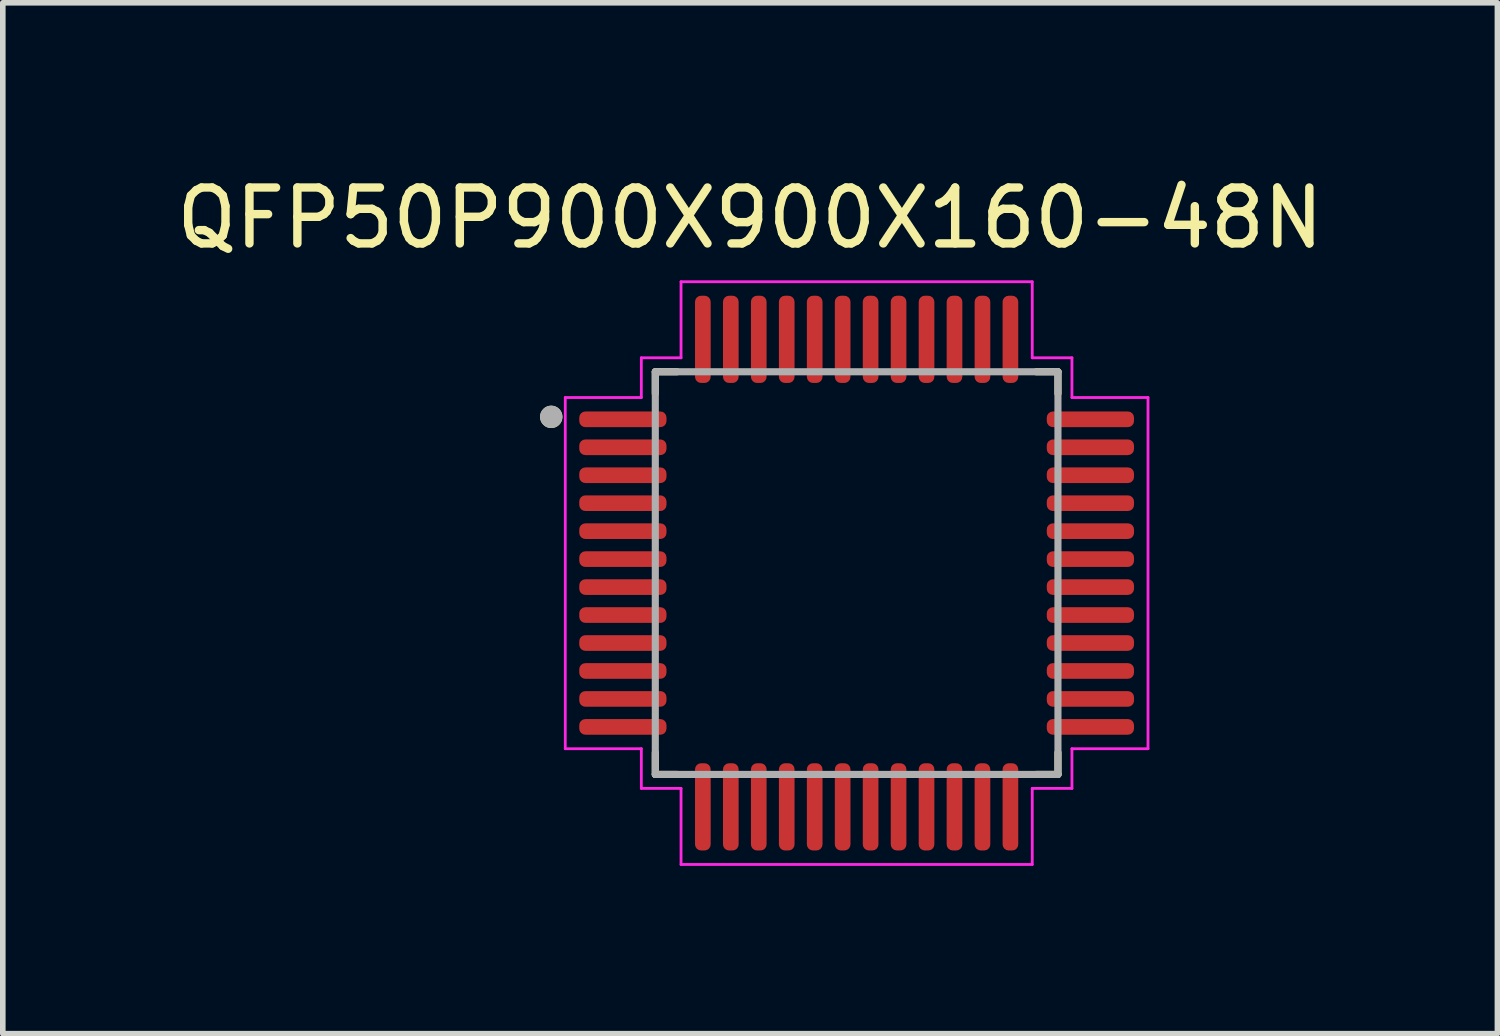
<source format=kicad_pcb>
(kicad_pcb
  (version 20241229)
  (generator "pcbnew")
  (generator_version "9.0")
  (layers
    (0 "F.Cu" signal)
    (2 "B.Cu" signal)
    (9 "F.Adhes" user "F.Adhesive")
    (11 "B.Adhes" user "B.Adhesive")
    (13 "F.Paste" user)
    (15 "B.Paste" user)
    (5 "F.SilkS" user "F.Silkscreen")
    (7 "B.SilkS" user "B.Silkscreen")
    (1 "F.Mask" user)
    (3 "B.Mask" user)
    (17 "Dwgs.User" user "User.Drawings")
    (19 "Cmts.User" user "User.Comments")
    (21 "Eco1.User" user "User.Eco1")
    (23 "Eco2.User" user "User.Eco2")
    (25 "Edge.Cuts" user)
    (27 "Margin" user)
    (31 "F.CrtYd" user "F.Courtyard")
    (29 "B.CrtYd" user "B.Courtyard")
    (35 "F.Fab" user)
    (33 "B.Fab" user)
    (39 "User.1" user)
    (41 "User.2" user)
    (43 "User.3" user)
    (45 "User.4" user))
  (footprint "QFP50P900X900X160-48N"
    (layer "F.Cu")
    (at 12.268 7.198)
    (property "Reference" "QFP50P900X900X160-48N" (at -1.905 -6.35 0) (layer "F.SilkS") (effects (font (size 1 1) (thickness 0.15))))
    (attr through_hole)
    (fp_line (start -3.6 -3.6) (end -3.6 -3.21) (stroke (width 0.127) (type solid)) (layer "F.SilkS"))
    (fp_line (start -3.6 -3.6) (end -3.21 -3.6) (stroke (width 0.127) (type solid)) (layer "F.SilkS"))
    (fp_line (start -3.6 3.6) (end -3.6 3.21) (stroke (width 0.127) (type solid)) (layer "F.SilkS"))
    (fp_line (start -3.6 3.6) (end -3.21 3.6) (stroke (width 0.127) (type solid)) (layer "F.SilkS"))
    (fp_line (start 3.21 -3.6) (end 3.6 -3.6) (stroke (width 0.127) (type solid)) (layer "F.SilkS"))
    (fp_line (start 3.6 -3.6) (end 3.6 -3.21) (stroke (width 0.127) (type solid)) (layer "F.SilkS"))
    (fp_line (start 3.6 3.6) (end 3.21 3.6) (stroke (width 0.127) (type solid)) (layer "F.SilkS"))
    (fp_line (start 3.6 3.6) (end 3.6 3.21) (stroke (width 0.127) (type solid)) (layer "F.SilkS"))
    (fp_circle (center -5.461 -2.794) (end -5.361 -2.794) (stroke (width 0.2) (type solid)) (fill no) (layer "F.SilkS"))
    (fp_line (start -5.21 -3.14) (end -3.85 -3.14) (stroke (width 0.05) (type solid)) (layer "F.CrtYd"))
    (fp_line (start -5.21 3.14) (end -5.21 -3.14) (stroke (width 0.05) (type solid)) (layer "F.CrtYd"))
    (fp_line (start -3.85 -3.85) (end -3.14 -3.85) (stroke (width 0.05) (type solid)) (layer "F.CrtYd"))
    (fp_line (start -3.85 -3.14) (end -3.85 -3.85) (stroke (width 0.05) (type solid)) (layer "F.CrtYd"))
    (fp_line (start -3.85 3.14) (end -5.21 3.14) (stroke (width 0.05) (type solid)) (layer "F.CrtYd"))
    (fp_line (start -3.85 3.85) (end -3.85 3.14) (stroke (width 0.05) (type solid)) (layer "F.CrtYd"))
    (fp_line (start -3.14 -5.21) (end 3.14 -5.21) (stroke (width 0.05) (type solid)) (layer "F.CrtYd"))
    (fp_line (start -3.14 -3.85) (end -3.14 -5.21) (stroke (width 0.05) (type solid)) (layer "F.CrtYd"))
    (fp_line (start -3.14 3.85) (end -3.85 3.85) (stroke (width 0.05) (type solid)) (layer "F.CrtYd"))
    (fp_line (start -3.14 5.21) (end -3.14 3.85) (stroke (width 0.05) (type solid)) (layer "F.CrtYd"))
    (fp_line (start 3.14 -5.21) (end 3.14 -3.85) (stroke (width 0.05) (type solid)) (layer "F.CrtYd"))
    (fp_line (start 3.14 -3.85) (end 3.85 -3.85) (stroke (width 0.05) (type solid)) (layer "F.CrtYd"))
    (fp_line (start 3.14 3.85) (end 3.14 5.21) (stroke (width 0.05) (type solid)) (layer "F.CrtYd"))
    (fp_line (start 3.14 5.21) (end -3.14 5.21) (stroke (width 0.05) (type solid)) (layer "F.CrtYd"))
    (fp_line (start 3.85 -3.85) (end 3.85 -3.14) (stroke (width 0.05) (type solid)) (layer "F.CrtYd"))
    (fp_line (start 3.85 -3.14) (end 5.21 -3.14) (stroke (width 0.05) (type solid)) (layer "F.CrtYd"))
    (fp_line (start 3.85 3.14) (end 3.85 3.85) (stroke (width 0.05) (type solid)) (layer "F.CrtYd"))
    (fp_line (start 3.85 3.85) (end 3.14 3.85) (stroke (width 0.05) (type solid)) (layer "F.CrtYd"))
    (fp_line (start 5.21 -3.14) (end 5.21 3.14) (stroke (width 0.05) (type solid)) (layer "F.CrtYd"))
    (fp_line (start 5.21 3.14) (end 3.85 3.14) (stroke (width 0.05) (type solid)) (layer "F.CrtYd"))
    (fp_line (start -3.6 -3.6) (end -3.6 3.6) (stroke (width 0.127) (type solid)) (layer "F.Fab"))
    (fp_line (start -3.6 3.6) (end 3.6 3.6) (stroke (width 0.127) (type solid)) (layer "F.Fab"))
    (fp_line (start 3.6 -3.6) (end -3.6 -3.6) (stroke (width 0.127) (type solid)) (layer "F.Fab"))
    (fp_line (start 3.6 3.6) (end 3.6 -3.6) (stroke (width 0.127) (type solid)) (layer "F.Fab"))
    (fp_circle (center -5.461 -2.794) (end -5.361 -2.794) (stroke (width 0.2) (type solid)) (fill no) (layer "F.Fab"))
    (pad "1" smd roundrect (at -4.18 -2.75 270) (size 0.28 1.56) (layers "F.Cu" "F.Mask" "F.Paste") (roundrect_rratio 0.39))
    (pad "2" smd roundrect (at -4.18 -2.25 270) (size 0.28 1.56) (layers "F.Cu" "F.Mask" "F.Paste") (roundrect_rratio 0.39))
    (pad "3" smd roundrect (at -4.18 -1.75 270) (size 0.28 1.56) (layers "F.Cu" "F.Mask" "F.Paste") (roundrect_rratio 0.39))
    (pad "4" smd roundrect (at -4.18 -1.25 270) (size 0.28 1.56) (layers "F.Cu" "F.Mask" "F.Paste") (roundrect_rratio 0.39))
    (pad "5" smd roundrect (at -4.18 -0.75 270) (size 0.28 1.56) (layers "F.Cu" "F.Mask" "F.Paste") (roundrect_rratio 0.39))
    (pad "6" smd roundrect (at -4.18 -0.25 270) (size 0.28 1.56) (layers "F.Cu" "F.Mask" "F.Paste") (roundrect_rratio 0.39))
    (pad "7" smd roundrect (at -4.18 0.25 270) (size 0.28 1.56) (layers "F.Cu" "F.Mask" "F.Paste") (roundrect_rratio 0.39))
    (pad "8" smd roundrect (at -4.18 0.75 270) (size 0.28 1.56) (layers "F.Cu" "F.Mask" "F.Paste") (roundrect_rratio 0.39))
    (pad "9" smd roundrect (at -4.18 1.25 270) (size 0.28 1.56) (layers "F.Cu" "F.Mask" "F.Paste") (roundrect_rratio 0.39))
    (pad "10" smd roundrect (at -4.18 1.75 270) (size 0.28 1.56) (layers "F.Cu" "F.Mask" "F.Paste") (roundrect_rratio 0.39))
    (pad "11" smd roundrect (at -4.18 2.25 270) (size 0.28 1.56) (layers "F.Cu" "F.Mask" "F.Paste") (roundrect_rratio 0.39))
    (pad "12" smd roundrect (at -4.18 2.75 270) (size 0.28 1.56) (layers "F.Cu" "F.Mask" "F.Paste") (roundrect_rratio 0.39))
    (pad "13" smd roundrect (at -2.75 4.18 180) (size 0.28 1.56) (layers "F.Cu" "F.Mask" "F.Paste") (roundrect_rratio 0.39))
    (pad "14" smd roundrect (at -2.25 4.18 180) (size 0.28 1.56) (layers "F.Cu" "F.Mask" "F.Paste") (roundrect_rratio 0.39))
    (pad "15" smd roundrect (at -1.75 4.18 180) (size 0.28 1.56) (layers "F.Cu" "F.Mask" "F.Paste") (roundrect_rratio 0.39))
    (pad "16" smd roundrect (at -1.25 4.18 180) (size 0.28 1.56) (layers "F.Cu" "F.Mask" "F.Paste") (roundrect_rratio 0.39))
    (pad "17" smd roundrect (at -0.75 4.18 180) (size 0.28 1.56) (layers "F.Cu" "F.Mask" "F.Paste") (roundrect_rratio 0.39))
    (pad "18" smd roundrect (at -0.25 4.18 180) (size 0.28 1.56) (layers "F.Cu" "F.Mask" "F.Paste") (roundrect_rratio 0.39))
    (pad "19" smd roundrect (at 0.25 4.18 180) (size 0.28 1.56) (layers "F.Cu" "F.Mask" "F.Paste") (roundrect_rratio 0.39))
    (pad "20" smd roundrect (at 0.75 4.18 180) (size 0.28 1.56) (layers "F.Cu" "F.Mask" "F.Paste") (roundrect_rratio 0.39))
    (pad "21" smd roundrect (at 1.25 4.18 180) (size 0.28 1.56) (layers "F.Cu" "F.Mask" "F.Paste") (roundrect_rratio 0.39))
    (pad "22" smd roundrect (at 1.75 4.18 180) (size 0.28 1.56) (layers "F.Cu" "F.Mask" "F.Paste") (roundrect_rratio 0.39))
    (pad "23" smd roundrect (at 2.25 4.18 180) (size 0.28 1.56) (layers "F.Cu" "F.Mask" "F.Paste") (roundrect_rratio 0.39))
    (pad "24" smd roundrect (at 2.75 4.18 180) (size 0.28 1.56) (layers "F.Cu" "F.Mask" "F.Paste") (roundrect_rratio 0.39))
    (pad "25" smd roundrect (at 4.18 2.75 270) (size 0.28 1.56) (layers "F.Cu" "F.Mask" "F.Paste") (roundrect_rratio 0.39))
    (pad "26" smd roundrect (at 4.18 2.25 270) (size 0.28 1.56) (layers "F.Cu" "F.Mask" "F.Paste") (roundrect_rratio 0.39))
    (pad "27" smd roundrect (at 4.18 1.75 270) (size 0.28 1.56) (layers "F.Cu" "F.Mask" "F.Paste") (roundrect_rratio 0.39))
    (pad "28" smd roundrect (at 4.18 1.25 270) (size 0.28 1.56) (layers "F.Cu" "F.Mask" "F.Paste") (roundrect_rratio 0.39))
    (pad "29" smd roundrect (at 4.18 0.75 270) (size 0.28 1.56) (layers "F.Cu" "F.Mask" "F.Paste") (roundrect_rratio 0.39))
    (pad "30" smd roundrect (at 4.18 0.25 270) (size 0.28 1.56) (layers "F.Cu" "F.Mask" "F.Paste") (roundrect_rratio 0.39))
    (pad "31" smd roundrect (at 4.18 -0.25 270) (size 0.28 1.56) (layers "F.Cu" "F.Mask" "F.Paste") (roundrect_rratio 0.39))
    (pad "32" smd roundrect (at 4.18 -0.75 270) (size 0.28 1.56) (layers "F.Cu" "F.Mask" "F.Paste") (roundrect_rratio 0.39))
    (pad "33" smd roundrect (at 4.18 -1.25 270) (size 0.28 1.56) (layers "F.Cu" "F.Mask" "F.Paste") (roundrect_rratio 0.39))
    (pad "34" smd roundrect (at 4.18 -1.75 270) (size 0.28 1.56) (layers "F.Cu" "F.Mask" "F.Paste") (roundrect_rratio 0.39))
    (pad "35" smd roundrect (at 4.18 -2.25 270) (size 0.28 1.56) (layers "F.Cu" "F.Mask" "F.Paste") (roundrect_rratio 0.39))
    (pad "36" smd roundrect (at 4.18 -2.75 270) (size 0.28 1.56) (layers "F.Cu" "F.Mask" "F.Paste") (roundrect_rratio 0.39))
    (pad "37" smd roundrect (at 2.75 -4.18 180) (size 0.28 1.56) (layers "F.Cu" "F.Mask" "F.Paste") (roundrect_rratio 0.39))
    (pad "38" smd roundrect (at 2.25 -4.18 180) (size 0.28 1.56) (layers "F.Cu" "F.Mask" "F.Paste") (roundrect_rratio 0.39))
    (pad "39" smd roundrect (at 1.75 -4.18 180) (size 0.28 1.56) (layers "F.Cu" "F.Mask" "F.Paste") (roundrect_rratio 0.39))
    (pad "40" smd roundrect (at 1.25 -4.18 180) (size 0.28 1.56) (layers "F.Cu" "F.Mask" "F.Paste") (roundrect_rratio 0.39))
    (pad "41" smd roundrect (at 0.75 -4.18 180) (size 0.28 1.56) (layers "F.Cu" "F.Mask" "F.Paste") (roundrect_rratio 0.39))
    (pad "42" smd roundrect (at 0.25 -4.18 180) (size 0.28 1.56) (layers "F.Cu" "F.Mask" "F.Paste") (roundrect_rratio 0.39))
    (pad "43" smd roundrect (at -0.25 -4.18 180) (size 0.28 1.56) (layers "F.Cu" "F.Mask" "F.Paste") (roundrect_rratio 0.39))
    (pad "44" smd roundrect (at -0.75 -4.18 180) (size 0.28 1.56) (layers "F.Cu" "F.Mask" "F.Paste") (roundrect_rratio 0.39))
    (pad "45" smd roundrect (at -1.25 -4.18 180) (size 0.28 1.56) (layers "F.Cu" "F.Mask" "F.Paste") (roundrect_rratio 0.39))
    (pad "46" smd roundrect (at -1.75 -4.18 180) (size 0.28 1.56) (layers "F.Cu" "F.Mask" "F.Paste") (roundrect_rratio 0.39))
    (pad "47" smd roundrect (at -2.25 -4.18 180) (size 0.28 1.56) (layers "F.Cu" "F.Mask" "F.Paste") (roundrect_rratio 0.39))
    (pad "48" smd roundrect (at -2.75 -4.18 180) (size 0.28 1.56) (layers "F.Cu" "F.Mask" "F.Paste") (roundrect_rratio 0.39)))
  (gr_rect
    (start -3 -3)
    (end 23.726 15.433)
    (stroke (width 0.1) (type default))
    (fill no)
    (layer "Edge.Cuts")))
</source>
